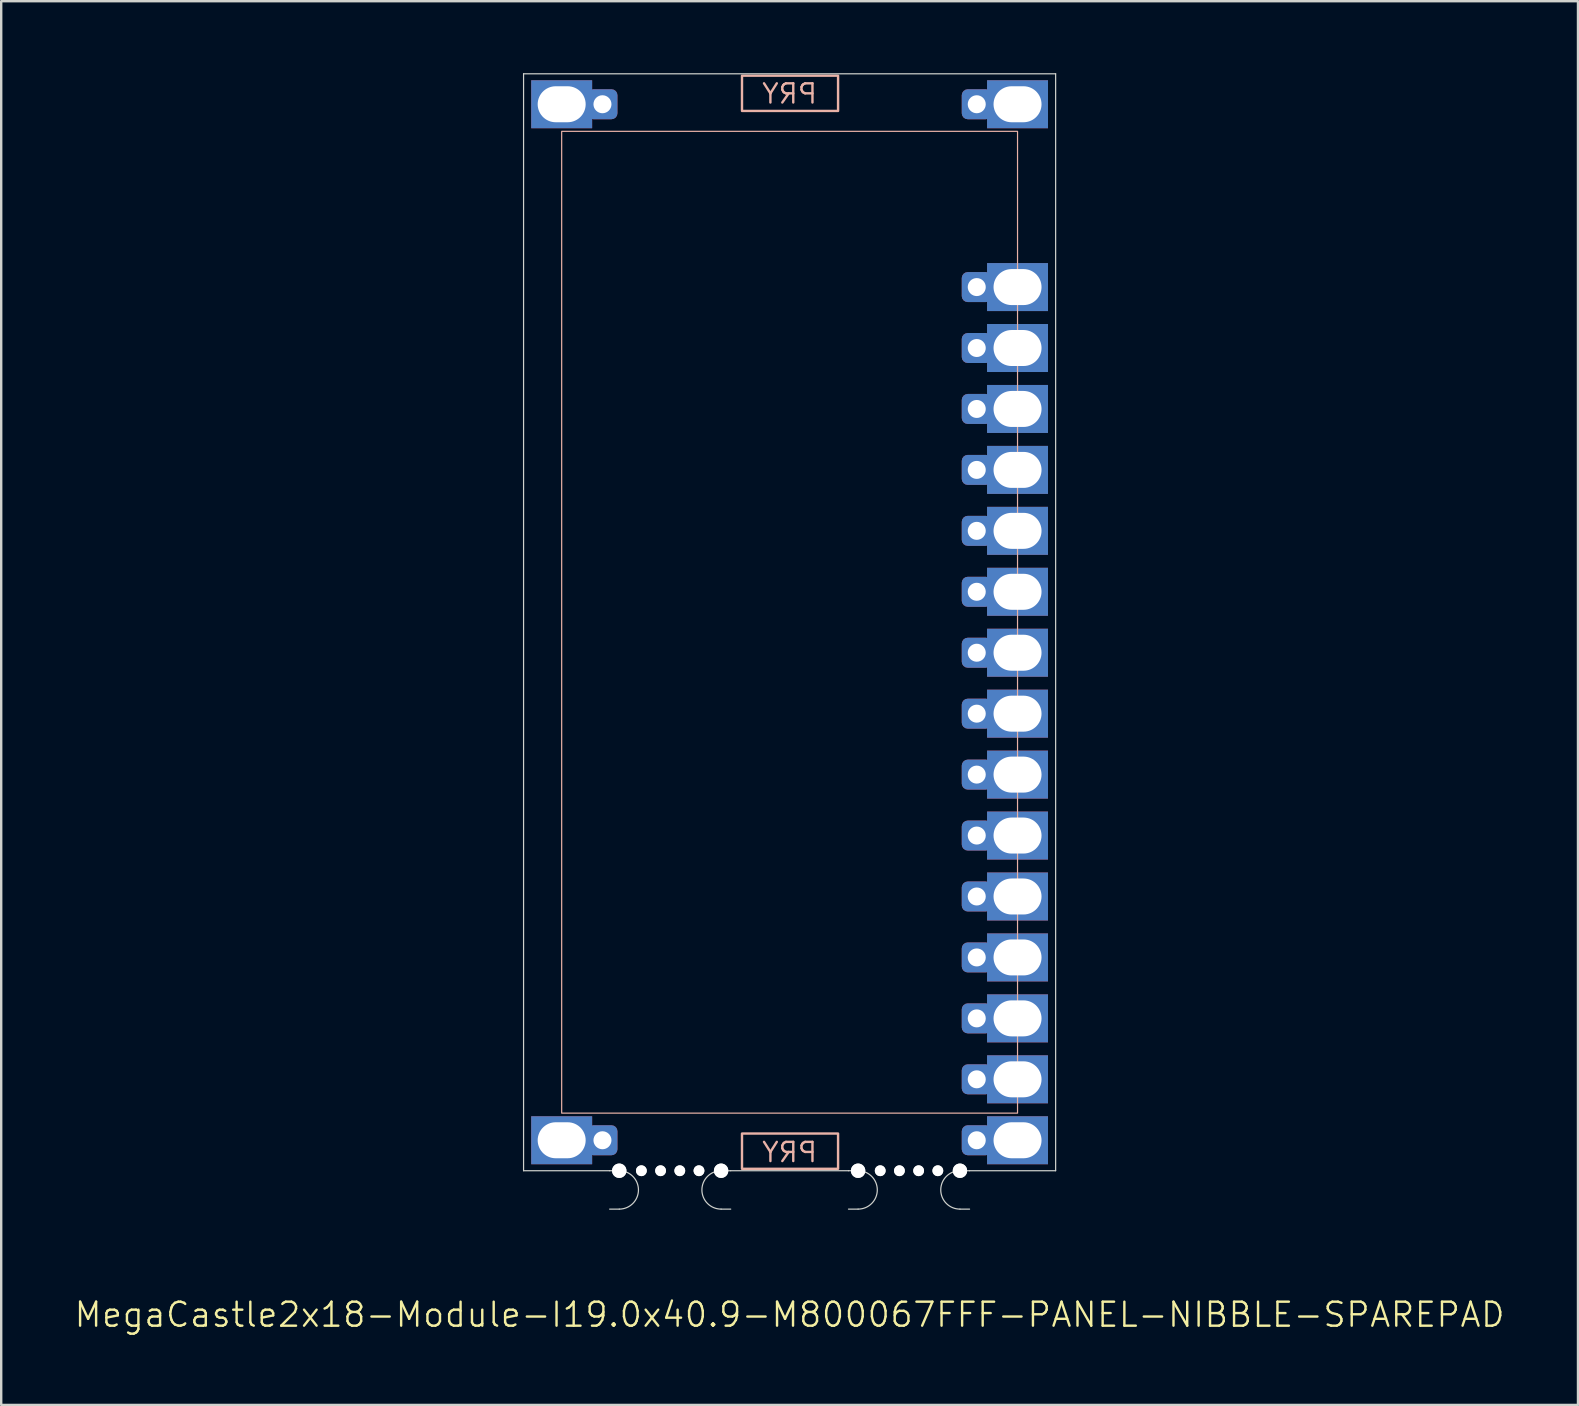
<source format=kicad_pcb>
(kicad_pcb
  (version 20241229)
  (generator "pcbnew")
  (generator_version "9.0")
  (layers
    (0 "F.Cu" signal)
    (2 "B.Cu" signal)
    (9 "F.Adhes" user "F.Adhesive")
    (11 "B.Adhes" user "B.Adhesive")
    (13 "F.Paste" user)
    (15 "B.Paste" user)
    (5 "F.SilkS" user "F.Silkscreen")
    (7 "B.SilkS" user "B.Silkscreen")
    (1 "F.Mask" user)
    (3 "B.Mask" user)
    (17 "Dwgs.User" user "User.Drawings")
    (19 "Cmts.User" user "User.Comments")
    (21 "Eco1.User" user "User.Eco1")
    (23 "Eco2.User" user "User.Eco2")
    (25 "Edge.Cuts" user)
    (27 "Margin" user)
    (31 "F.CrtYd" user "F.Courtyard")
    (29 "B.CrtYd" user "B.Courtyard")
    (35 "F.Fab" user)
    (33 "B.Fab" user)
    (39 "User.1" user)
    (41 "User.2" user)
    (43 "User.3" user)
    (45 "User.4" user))
  (footprint "MegaCastle2x18-Module-I19.0x40.9-M800067FFF-PANEL-NIBBLE-SPAREPAD"
    (layer "F.Cu")
    (at 29.86 22.885)
    (property "Reference" "MegaCastle2x18-Module-I19.0x40.9-M800067FFF-PANEL-NIBBLE-SPAREPAD" (at 0 28.86 0) (unlocked yes) (layer "F.SilkS") (effects (font (size 1 1) (thickness 0.1))))
    (attr smd)
    (fp_rect (start -9.5 20.46) (end 9.5 -20.46) (stroke (width 0.05) (type default)) (fill no) (layer "B.SilkS"))
    (fp_rect (start -1.984 -21.311) (end 2.02 -22.78) (stroke (width 0.1) (type default)) (fill no) (layer "B.SilkS"))
    (fp_rect (start -1.984 21.311) (end 2.02 22.78) (stroke (width 0.1) (type default)) (fill no) (layer "B.SilkS"))
    (fp_line (start -11.088 -22.86) (end -11.088 22.86) (stroke (width 0.05) (type default)) (layer "Edge.Cuts"))
    (fp_line (start -11.088 -22.86) (end 11.088 -22.86) (stroke (width 0.05) (type default)) (layer "Edge.Cuts"))
    (fp_line (start -11.088 22.86) (end -7.5 22.86) (stroke (width 0.05) (type default)) (layer "Edge.Cuts"))
    (fp_line (start -7.5 22.86) (end -7.1 22.86) (stroke (width 0.05) (type default)) (layer "Edge.Cuts"))
    (fp_line (start -7.5 24.46) (end -7.1 24.46) (stroke (width 0.05) (type default)) (layer "Edge.Cuts"))
    (fp_line (start -2.455 22.86) (end -2.855 22.86) (stroke (width 0.05) (type default)) (layer "Edge.Cuts"))
    (fp_line (start -2.455 22.86) (end 2.455 22.86) (stroke (width 0.05) (type default)) (layer "Edge.Cuts"))
    (fp_line (start -2.455 24.46) (end -2.855 24.46) (stroke (width 0.05) (type default)) (layer "Edge.Cuts"))
    (fp_line (start 2.455 22.86) (end 2.855 22.86) (stroke (width 0.05) (type default)) (layer "Edge.Cuts"))
    (fp_line (start 2.455 24.46) (end 2.855 24.46) (stroke (width 0.05) (type default)) (layer "Edge.Cuts"))
    (fp_line (start 7.5 22.86) (end 7.1 22.86) (stroke (width 0.05) (type default)) (layer "Edge.Cuts"))
    (fp_line (start 7.5 22.86) (end 11.088 22.86) (stroke (width 0.05) (type default)) (layer "Edge.Cuts"))
    (fp_line (start 7.5 24.46) (end 7.1 24.46) (stroke (width 0.05) (type default)) (layer "Edge.Cuts"))
    (fp_line (start 11.088 -22.86) (end 11.088 22.86) (stroke (width 0.05) (type default)) (layer "Edge.Cuts"))
    (fp_arc (start -7.1 22.860001) (mid -6.3 23.66) (end -7.1 24.459999) (stroke (width 0.05) (type default)) (layer "Edge.Cuts"))
    (fp_arc (start -2.855 24.459999) (mid -3.655 23.66) (end -2.855 22.860001) (stroke (width 0.05) (type default)) (layer "Edge.Cuts"))
    (fp_arc (start 2.855 22.860001) (mid 3.655 23.66) (end 2.855 24.459999) (stroke (width 0.05) (type default)) (layer "Edge.Cuts"))
    (fp_arc (start 7.1 24.459999) (mid 6.300001 23.66) (end 7.1 22.860001) (stroke (width 0.05) (type default)) (layer "Edge.Cuts"))
    (fp_text user "PRY" (at 0 -21.56 0) (unlocked yes) (layer "B.SilkS") (effects (font (size 0.8 0.8) (thickness 0.1)) (justify bottom mirror)))
    (fp_text user "PRY" (at 0 22.56 0) (unlocked yes) (layer "B.SilkS") (effects (font (size 0.8 0.8) (thickness 0.1)) (justify bottom mirror)))
    (pad "" np_thru_hole circle (at -7.1 22.86) (size 0.6 0.6) (drill 0.6) (layers "*.Cu" "Edge.Cuts"))
    (pad "" np_thru_hole circle (at -6.178 22.86) (size 0.45 0.45) (drill 0.45) (layers "*.Cu" "Edge.Cuts"))
    (pad "" np_thru_hole circle (at -5.378 22.86) (size 0.45 0.45) (drill 0.45) (layers "*.Cu" "Edge.Cuts"))
    (pad "" np_thru_hole circle (at -4.577 22.86) (size 0.45 0.45) (drill 0.45) (layers "*.Cu" "Edge.Cuts"))
    (pad "" np_thru_hole circle (at -3.777 22.86) (size 0.45 0.45) (drill 0.45) (layers "*.Cu" "Edge.Cuts"))
    (pad "" np_thru_hole circle (at -2.855 22.86) (size 0.6 0.6) (drill 0.6) (layers "*.Cu" "Edge.Cuts"))
    (pad "" np_thru_hole circle (at 2.855 22.86) (size 0.6 0.6) (drill 0.6) (layers "*.Cu" "Edge.Cuts"))
    (pad "" np_thru_hole circle (at 3.777 22.86) (size 0.45 0.45) (drill 0.45) (layers "*.Cu" "Edge.Cuts"))
    (pad "" np_thru_hole circle (at 4.577 22.86) (size 0.45 0.45) (drill 0.45) (layers "*.Cu" "Edge.Cuts"))
    (pad "" np_thru_hole circle (at 5.378 22.86) (size 0.45 0.45) (drill 0.45) (layers "*.Cu" "Edge.Cuts"))
    (pad "" np_thru_hole circle (at 6.178 22.86) (size 0.45 0.45) (drill 0.45) (layers "*.Cu" "Edge.Cuts"))
    (pad "" np_thru_hole circle (at 7.1 22.86) (size 0.6 0.6) (drill 0.6) (layers "*.Cu" "Edge.Cuts"))
    (pad "1" thru_hole rect (at -9.5 -21.59) (size 2.54 2) (drill oval 2 1.5) (property pad_prop_castellated) (layers "*.Cu" "*.Mask"))
    (pad "1" thru_hole roundrect (at -7.8 -21.59 180) (size 1.25 1.25) (drill 0.75) (layers "*.Cu" "*.Mask") (roundrect_rratio 0.2))
    (pad "18" thru_hole rect (at -9.5 21.59) (size 2.54 2) (drill oval 2 1.5) (property pad_prop_castellated) (layers "*.Cu" "*.Mask"))
    (pad "18" thru_hole roundrect (at -7.8 21.59 180) (size 1.25 1.25) (drill 0.75) (layers "*.Cu" "*.Mask") (roundrect_rratio 0.2))
    (pad "19" thru_hole roundrect (at 7.8 -21.59 180) (size 1.25 1.25) (drill 0.75) (layers "*.Cu" "*.Mask") (roundrect_rratio 0.2))
    (pad "19" thru_hole rect (at 9.5 -21.59) (size 2.54 2) (drill oval 2 1.5) (property pad_prop_castellated) (layers "*.Cu" "*.Mask"))
    (pad "22" thru_hole roundrect (at 7.8 -13.97 180) (size 1.25 1.25) (drill 0.75) (layers "*.Cu" "*.Mask") (roundrect_rratio 0.2))
    (pad "22" thru_hole rect (at 9.5 -13.97) (size 2.54 2) (drill oval 2 1.5) (property pad_prop_castellated) (layers "*.Cu" "*.Mask"))
    (pad "23" thru_hole roundrect (at 7.8 -11.43 180) (size 1.25 1.25) (drill 0.75) (layers "*.Cu" "*.Mask") (roundrect_rratio 0.2))
    (pad "23" thru_hole rect (at 9.5 -11.43) (size 2.54 2) (drill oval 2 1.5) (property pad_prop_castellated) (layers "*.Cu" "*.Mask"))
    (pad "24" thru_hole roundrect (at 7.8 -8.89 180) (size 1.25 1.25) (drill 0.75) (layers "*.Cu" "*.Mask") (roundrect_rratio 0.2))
    (pad "24" thru_hole rect (at 9.5 -8.89) (size 2.54 2) (drill oval 2 1.5) (property pad_prop_castellated) (layers "*.Cu" "*.Mask"))
    (pad "25" thru_hole roundrect (at 7.8 -6.35 180) (size 1.25 1.25) (drill 0.75) (layers "*.Cu" "*.Mask") (roundrect_rratio 0.2))
    (pad "25" thru_hole rect (at 9.5 -6.35) (size 2.54 2) (drill oval 2 1.5) (property pad_prop_castellated) (layers "*.Cu" "*.Mask"))
    (pad "26" thru_hole roundrect (at 7.8 -3.81 180) (size 1.25 1.25) (drill 0.75) (layers "*.Cu" "*.Mask") (roundrect_rratio 0.2))
    (pad "26" thru_hole rect (at 9.5 -3.81) (size 2.54 2) (drill oval 2 1.5) (property pad_prop_castellated) (layers "*.Cu" "*.Mask"))
    (pad "27" thru_hole roundrect (at 7.8 -1.27 180) (size 1.25 1.25) (drill 0.75) (layers "*.Cu" "*.Mask") (roundrect_rratio 0.2))
    (pad "27" thru_hole rect (at 9.5 -1.27) (size 2.54 2) (drill oval 2 1.5) (property pad_prop_castellated) (layers "*.Cu" "*.Mask"))
    (pad "28" thru_hole roundrect (at 7.8 1.27 180) (size 1.25 1.25) (drill 0.75) (layers "*.Cu" "*.Mask") (roundrect_rratio 0.2))
    (pad "28" thru_hole rect (at 9.5 1.27) (size 2.54 2) (drill oval 2 1.5) (property pad_prop_castellated) (layers "*.Cu" "*.Mask"))
    (pad "29" thru_hole roundrect (at 7.8 3.81 180) (size 1.25 1.25) (drill 0.75) (layers "*.Cu" "*.Mask") (roundrect_rratio 0.2))
    (pad "29" thru_hole rect (at 9.5 3.81) (size 2.54 2) (drill oval 2 1.5) (property pad_prop_castellated) (layers "*.Cu" "*.Mask"))
    (pad "30" thru_hole roundrect (at 7.8 6.35 180) (size 1.25 1.25) (drill 0.75) (layers "*.Cu" "*.Mask") (roundrect_rratio 0.2))
    (pad "30" thru_hole rect (at 9.5 6.35) (size 2.54 2) (drill oval 2 1.5) (property pad_prop_castellated) (layers "*.Cu" "*.Mask"))
    (pad "31" thru_hole roundrect (at 7.8 8.89 180) (size 1.25 1.25) (drill 0.75) (layers "*.Cu" "*.Mask") (roundrect_rratio 0.2))
    (pad "31" thru_hole rect (at 9.5 8.89) (size 2.54 2) (drill oval 2 1.5) (property pad_prop_castellated) (layers "*.Cu" "*.Mask"))
    (pad "32" thru_hole roundrect (at 7.8 11.43 180) (size 1.25 1.25) (drill 0.75) (layers "*.Cu" "*.Mask") (roundrect_rratio 0.2))
    (pad "32" thru_hole rect (at 9.5 11.43) (size 2.54 2) (drill oval 2 1.5) (property pad_prop_castellated) (layers "*.Cu" "*.Mask"))
    (pad "33" thru_hole roundrect (at 7.8 13.97 180) (size 1.25 1.25) (drill 0.75) (layers "*.Cu" "*.Mask") (roundrect_rratio 0.2))
    (pad "33" thru_hole rect (at 9.5 13.97) (size 2.54 2) (drill oval 2 1.5) (property pad_prop_castellated) (layers "*.Cu" "*.Mask"))
    (pad "34" thru_hole roundrect (at 7.8 16.51 180) (size 1.25 1.25) (drill 0.75) (layers "*.Cu" "*.Mask") (roundrect_rratio 0.2))
    (pad "34" thru_hole rect (at 9.5 16.51) (size 2.54 2) (drill oval 2 1.5) (property pad_prop_castellated) (layers "*.Cu" "*.Mask"))
    (pad "35" thru_hole roundrect (at 7.8 19.05 180) (size 1.25 1.25) (drill 0.75) (layers "*.Cu" "*.Mask") (roundrect_rratio 0.2))
    (pad "35" thru_hole rect (at 9.5 19.05) (size 2.54 2) (drill oval 2 1.5) (property pad_prop_castellated) (layers "*.Cu" "*.Mask"))
    (pad "36" thru_hole roundrect (at 7.8 21.59 180) (size 1.25 1.25) (drill 0.75) (layers "*.Cu" "*.Mask") (roundrect_rratio 0.2))
    (pad "36" thru_hole rect (at 9.5 21.59) (size 2.54 2) (drill oval 2 1.5) (property pad_prop_castellated) (layers "*.Cu" "*.Mask"))
    (zone (net_name "") (layer "B.Cu") (hatch edge 0.5) (connect_pads) (min_thickness 0.25) (filled_areas_thickness no) (keepout (tracks allowed) (vias allowed) (pads allowed) (copperpour allowed) (footprints not_allowed)) (placement (enabled no)) (fill) (polygon (pts (xy 20.36 45.745) (xy 20.36 0.025))))
    (zone (net_name "") (layer "B.Cu") (hatch edge 0.5) (connect_pads) (min_thickness 0.25) (filled_areas_thickness no) (keepout (tracks allowed) (vias allowed) (pads allowed) (copperpour allowed) (footprints not_allowed)) (placement (enabled no)) (fill) (polygon (pts (xy 39.36 45.745) (xy 39.36 0.025))))
    (zone (net_name "") (layer "B.Cu") (hatch edge 0.5) (connect_pads) (min_thickness 0.25) (filled_areas_thickness no) (keepout (tracks allowed) (vias allowed) (pads allowed) (copperpour allowed) (footprints not_allowed)) (placement (enabled no)) (fill) (polygon (pts (xy 20.36 0.025) (xy 20.36 2.425) (xy 39.36 2.425) (xy 39.36 0.025))))
    (zone (net_name "") (layer "B.Cu") (hatch edge 0.5) (connect_pads) (min_thickness 0.25) (filled_areas_thickness no) (keepout (tracks allowed) (vias allowed) (pads allowed) (copperpour allowed) (footprints not_allowed)) (placement (enabled no)) (fill) (polygon (pts (xy 20.36 45.745) (xy 20.36 43.345) (xy 39.36 43.345) (xy 39.36 45.745))))
    (zone (net_name "") (layer "B.Cu") (name "Upper Pry Zone") (hatch edge 0.5) (connect_pads) (min_thickness 0.25) (filled_areas_thickness no) (keepout (tracks not_allowed) (vias not_allowed) (pads not_allowed) (copperpour allowed) (footprints not_allowed)) (placement (enabled no)) (fill) (polygon (pts (xy 27.875 1.574) (xy 27.875 0.105) (xy 31.879 0.105) (xy 31.879 1.574))))
    (zone (net_name "") (layer "B.Cu") (name "Upper Pry Zone") (hatch edge 0.5) (connect_pads) (min_thickness 0.25) (filled_areas_thickness no) (keepout (tracks not_allowed) (vias not_allowed) (pads not_allowed) (copperpour allowed) (footprints not_allowed)) (placement (enabled no)) (fill) (polygon (pts (xy 27.875 44.196) (xy 27.875 45.665) (xy 31.879 45.665) (xy 31.879 44.196)))))
  (gr_rect
    (start -3 -3)
    (end 62.719 55.506)
    (stroke (width 0.1) (type default))
    (fill no)
    (layer "Edge.Cuts")))
</source>
